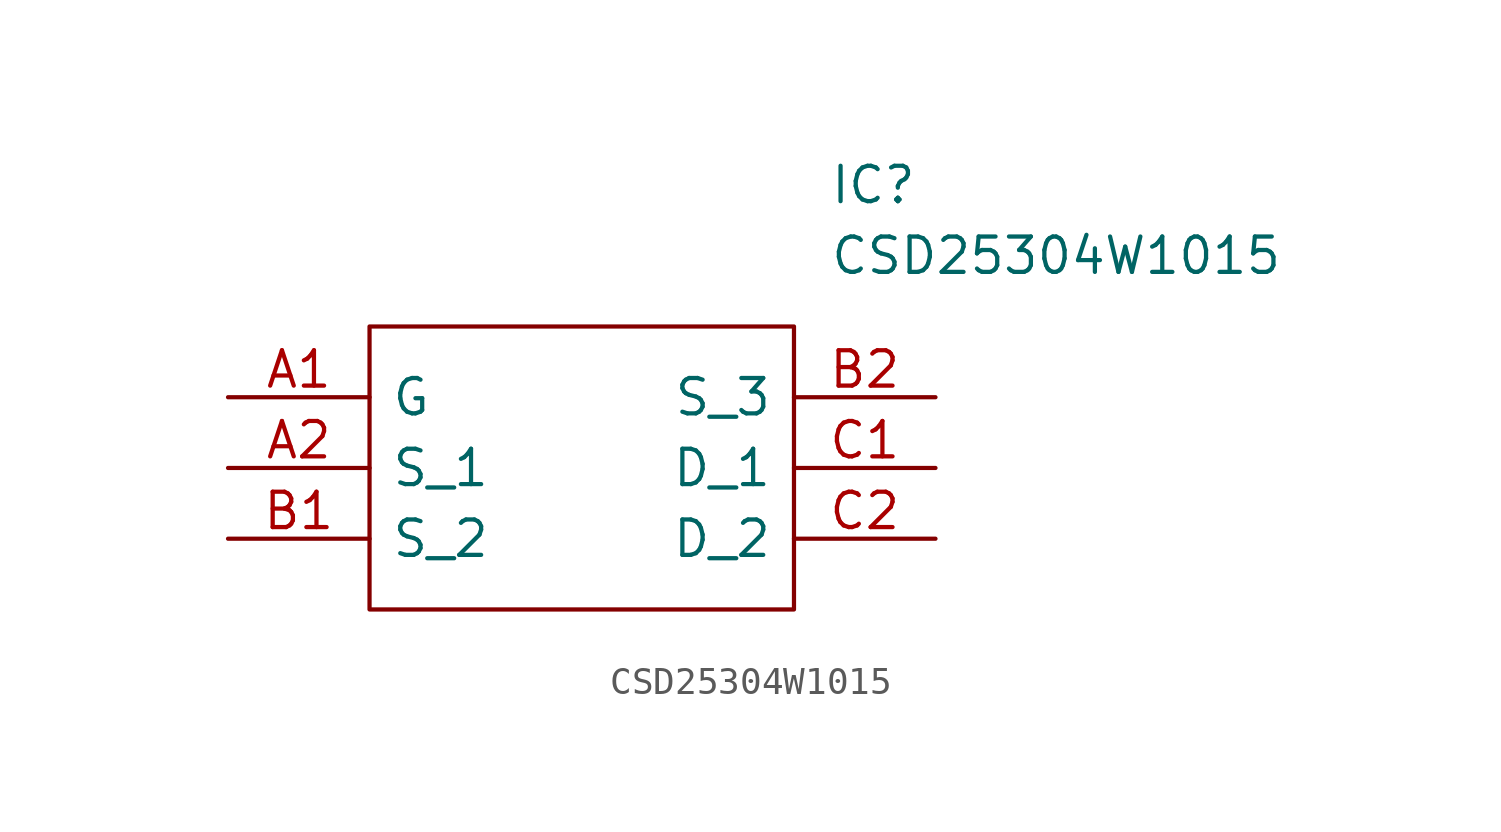
<source format=kicad_sym>
(kicad_symbol_lib
  (version 20211014)
  (generator kicad_symbol_editor)
  (symbol "CSD25304W1015"
    (pin_names
      (offset 0.762))
    (property "Reference" "IC"
      (at 21.59 7.62 0)
      (effects (font (size 1.27 1.27)) (justify left)))
    (property "Value" "CSD25304W1015"
      (at 21.59 5.08 0)
      (effects (font (size 1.27 1.27)) (justify left)))
    (symbol "CSD25304W1015_0_0"
      (pin passive line (at 0 0 0) (length 5.08) (name "G" (effects (font (size 1.27 1.27)))) (number "A1" (effects (font (size 1.27 1.27)))))
      (pin passive line (at 0 -2.54 0) (length 5.08) (name "S_1" (effects (font (size 1.27 1.27)))) (number "A2" (effects (font (size 1.27 1.27)))))
      (pin passive line (at 0 -5.08 0) (length 5.08) (name "S_2" (effects (font (size 1.27 1.27)))) (number "B1" (effects (font (size 1.27 1.27)))))
      (pin passive line (at 25.4 0 180) (length 5.08) (name "S_3" (effects (font (size 1.27 1.27)))) (number "B2" (effects (font (size 1.27 1.27)))))
      (pin passive line (at 25.4 -2.54 180) (length 5.08) (name "D_1" (effects (font (size 1.27 1.27)))) (number "C1" (effects (font (size 1.27 1.27)))))
      (pin passive line (at 25.4 -5.08 180) (length 5.08) (name "D_2" (effects (font (size 1.27 1.27)))) (number "C2" (effects (font (size 1.27 1.27))))))
    (symbol "CSD25304W1015_0_1"
      (polyline (pts (xy 5.08 2.54) (xy 20.32 2.54) (xy 20.32 -7.62) (xy 5.08 -7.62) (xy 5.08 2.54)) (stroke (width 0.152) (type default) (color 0 0 0 0)) (fill (type none))))))
</source>
